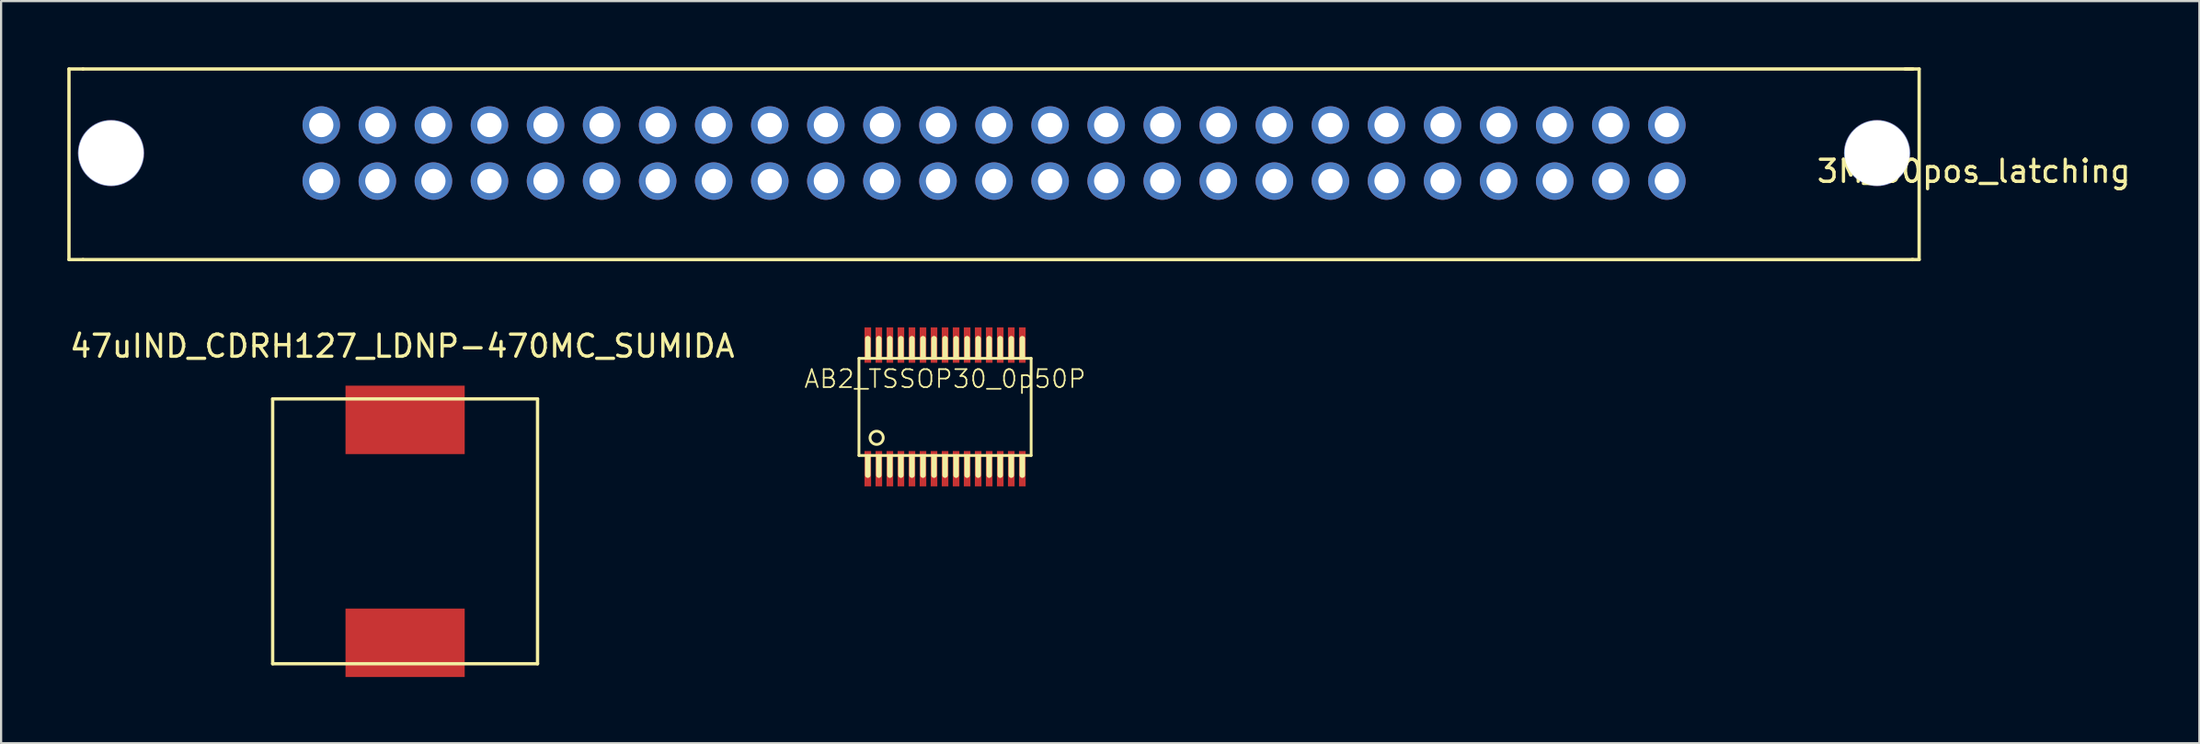
<source format=kicad_pcb>
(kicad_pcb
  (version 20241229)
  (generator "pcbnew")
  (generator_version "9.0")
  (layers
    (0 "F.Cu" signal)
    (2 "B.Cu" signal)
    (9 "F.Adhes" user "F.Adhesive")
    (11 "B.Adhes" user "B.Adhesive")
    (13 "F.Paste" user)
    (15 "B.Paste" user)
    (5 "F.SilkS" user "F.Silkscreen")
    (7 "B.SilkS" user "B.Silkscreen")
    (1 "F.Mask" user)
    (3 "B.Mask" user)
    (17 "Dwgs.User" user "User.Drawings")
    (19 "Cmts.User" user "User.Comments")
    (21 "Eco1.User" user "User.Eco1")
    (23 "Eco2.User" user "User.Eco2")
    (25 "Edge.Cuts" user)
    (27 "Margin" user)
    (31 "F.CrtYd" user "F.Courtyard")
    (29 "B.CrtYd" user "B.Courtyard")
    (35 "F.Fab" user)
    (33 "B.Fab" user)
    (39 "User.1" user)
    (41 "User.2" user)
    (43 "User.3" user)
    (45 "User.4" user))
  (footprint "47uIND_CDRH127_LDNP-470MC_SUMIDA"
    (layer "F.Cu")
    (at 15.303 21.024)
    (property "Reference" "47uIND_CDRH127_LDNP-470MC_SUMIDA" (at -0.13 -8.39 0) (layer "F.SilkS") (effects (font (size 1 1) (thickness 0.15))))
    (attr through_hole)
    (fp_line (start -6 -6) (end -6 6) (stroke (width 0.15) (type solid)) (layer "F.SilkS"))
    (fp_line (start -6 -6) (end 6 -6) (stroke (width 0.15) (type solid)) (layer "F.SilkS"))
    (fp_line (start -6 6) (end 6 6) (stroke (width 0.15) (type solid)) (layer "F.SilkS"))
    (fp_line (start 6 -6) (end 6 6) (stroke (width 0.15) (type solid)) (layer "F.SilkS"))
    (pad "1" smd rect (at 0 -5.05) (size 5.4 3.1) (layers "F.Cu" "F.Mask" "F.Paste"))
    (pad "2" smd rect (at 0 5.05) (size 5.4 3.1) (layers "F.Cu" "F.Mask" "F.Paste")))
  (footprint "3M_50pos_latching"
    (layer "F.Cu")
    (at 11.505 2.615)
    (property "Reference" "3M_50pos_latching" (at 74.867 2.095 0) (layer "F.SilkS") (effects (font (size 1 1) (thickness 0.15))))
    (attr through_hole)
    (fp_line (start -11.43 -2.54) (end -11.43 6.096) (stroke (width 0.15) (type solid)) (layer "F.SilkS"))
    (fp_line (start -11.43 -2.54) (end -10.795 -2.54) (stroke (width 0.15) (type solid)) (layer "F.SilkS"))
    (fp_line (start -10.795 -2.54) (end 72.105 -2.54) (stroke (width 0.15) (type solid)) (layer "F.SilkS"))
    (fp_line (start -10.795 6.096) (end -11.43 6.096) (stroke (width 0.15) (type solid)) (layer "F.SilkS"))
    (fp_line (start -10.795 6.096) (end 72.105 6.096) (stroke (width 0.15) (type solid)) (layer "F.SilkS"))
    (fp_line (start 71.755 -2.54) (end 72.39 -2.54) (stroke (width 0.15) (type solid)) (layer "F.SilkS"))
    (fp_line (start 72.073 6.096) (end 72.39 6.096) (stroke (width 0.15) (type solid)) (layer "F.SilkS"))
    (fp_line (start 72.39 -2.54) (end 72.39 6.096) (stroke (width 0.15) (type solid)) (layer "F.SilkS"))
    (pad "" np_thru_hole circle (at -9.525 1.27) (size 3 3) (drill 2.95) (layers "*.Cu" "*.Mask"))
    (pad "" np_thru_hole circle (at 70.485 1.27) (size 3 3) (drill 2.95) (layers "*.Cu" "*.Mask"))
    (pad "1" thru_hole circle (at 0 0) (size 1.7 1.7) (drill 1.1) (layers "*.Cu" "*.Mask"))
    (pad "2" thru_hole circle (at 0 2.54) (size 1.7 1.7) (drill 1.1) (layers "*.Cu" "*.Mask"))
    (pad "3" thru_hole circle (at 2.54 0) (size 1.7 1.7) (drill 1.1) (layers "*.Cu" "*.Mask"))
    (pad "4" thru_hole circle (at 2.54 2.54) (size 1.7 1.7) (drill 1.1) (layers "*.Cu" "*.Mask"))
    (pad "5" thru_hole circle (at 5.08 0) (size 1.7 1.7) (drill 1.1) (layers "*.Cu" "*.Mask"))
    (pad "6" thru_hole circle (at 5.08 2.54) (size 1.7 1.7) (drill 1.1) (layers "*.Cu" "*.Mask"))
    (pad "7" thru_hole circle (at 7.62 0) (size 1.7 1.7) (drill 1.1) (layers "*.Cu" "*.Mask"))
    (pad "8" thru_hole circle (at 7.62 2.54) (size 1.7 1.7) (drill 1.1) (layers "*.Cu" "*.Mask"))
    (pad "9" thru_hole circle (at 10.16 0) (size 1.7 1.7) (drill 1.1) (layers "*.Cu" "*.Mask"))
    (pad "10" thru_hole circle (at 10.16 2.54) (size 1.7 1.7) (drill 1.1) (layers "*.Cu" "*.Mask"))
    (pad "11" thru_hole circle (at 12.7 0) (size 1.7 1.7) (drill 1.1) (layers "*.Cu" "*.Mask"))
    (pad "12" thru_hole circle (at 12.7 2.54) (size 1.7 1.7) (drill 1.1) (layers "*.Cu" "*.Mask"))
    (pad "13" thru_hole circle (at 15.24 0) (size 1.7 1.7) (drill 1.1) (layers "*.Cu" "*.Mask"))
    (pad "14" thru_hole circle (at 15.24 2.54) (size 1.7 1.7) (drill 1.1) (layers "*.Cu" "*.Mask"))
    (pad "15" thru_hole circle (at 17.78 0) (size 1.7 1.7) (drill 1.1) (layers "*.Cu" "*.Mask"))
    (pad "16" thru_hole circle (at 17.78 2.54) (size 1.7 1.7) (drill 1.1) (layers "*.Cu" "*.Mask"))
    (pad "17" thru_hole circle (at 20.32 0) (size 1.7 1.7) (drill 1.1) (layers "*.Cu" "*.Mask"))
    (pad "18" thru_hole circle (at 20.32 2.54) (size 1.7 1.7) (drill 1.1) (layers "*.Cu" "*.Mask"))
    (pad "19" thru_hole circle (at 22.86 0) (size 1.7 1.7) (drill 1.1) (layers "*.Cu" "*.Mask"))
    (pad "20" thru_hole circle (at 22.86 2.54) (size 1.7 1.7) (drill 1.1) (layers "*.Cu" "*.Mask"))
    (pad "21" thru_hole circle (at 25.4 0) (size 1.7 1.7) (drill 1.1) (layers "*.Cu" "*.Mask"))
    (pad "22" thru_hole circle (at 25.4 2.54) (size 1.7 1.7) (drill 1.1) (layers "*.Cu" "*.Mask"))
    (pad "23" thru_hole circle (at 27.94 0) (size 1.7 1.7) (drill 1.1) (layers "*.Cu" "*.Mask"))
    (pad "24" thru_hole circle (at 27.94 2.54) (size 1.7 1.7) (drill 1.1) (layers "*.Cu" "*.Mask"))
    (pad "25" thru_hole circle (at 30.48 0) (size 1.7 1.7) (drill 1.1) (layers "*.Cu" "*.Mask"))
    (pad "26" thru_hole circle (at 30.48 2.54) (size 1.7 1.7) (drill 1.1) (layers "*.Cu" "*.Mask"))
    (pad "27" thru_hole circle (at 33.02 0) (size 1.7 1.7) (drill 1.1) (layers "*.Cu" "*.Mask"))
    (pad "28" thru_hole circle (at 33.02 2.54) (size 1.7 1.7) (drill 1.1) (layers "*.Cu" "*.Mask"))
    (pad "29" thru_hole circle (at 35.56 0) (size 1.7 1.7) (drill 1.1) (layers "*.Cu" "*.Mask"))
    (pad "30" thru_hole circle (at 35.56 2.54) (size 1.7 1.7) (drill 1.1) (layers "*.Cu" "*.Mask"))
    (pad "31" thru_hole circle (at 38.1 0) (size 1.7 1.7) (drill 1.1) (layers "*.Cu" "*.Mask"))
    (pad "32" thru_hole circle (at 38.1 2.54) (size 1.7 1.7) (drill 1.1) (layers "*.Cu" "*.Mask"))
    (pad "33" thru_hole circle (at 40.64 0) (size 1.7 1.7) (drill 1.1) (layers "*.Cu" "*.Mask"))
    (pad "34" thru_hole circle (at 40.64 2.54) (size 1.7 1.7) (drill 1.1) (layers "*.Cu" "*.Mask"))
    (pad "35" thru_hole circle (at 43.18 0) (size 1.7 1.7) (drill 1.1) (layers "*.Cu" "*.Mask"))
    (pad "36" thru_hole circle (at 43.18 2.54) (size 1.7 1.7) (drill 1.1) (layers "*.Cu" "*.Mask"))
    (pad "37" thru_hole circle (at 45.72 0) (size 1.7 1.7) (drill 1.1) (layers "*.Cu" "*.Mask"))
    (pad "38" thru_hole circle (at 45.72 2.54) (size 1.7 1.7) (drill 1.1) (layers "*.Cu" "*.Mask"))
    (pad "39" thru_hole circle (at 48.26 0) (size 1.7 1.7) (drill 1.1) (layers "*.Cu" "*.Mask"))
    (pad "40" thru_hole circle (at 48.26 2.54) (size 1.7 1.7) (drill 1.1) (layers "*.Cu" "*.Mask"))
    (pad "41" thru_hole circle (at 50.8 0) (size 1.7 1.7) (drill 1.1) (layers "*.Cu" "*.Mask"))
    (pad "42" thru_hole circle (at 50.8 2.54) (size 1.7 1.7) (drill 1.1) (layers "*.Cu" "*.Mask"))
    (pad "43" thru_hole circle (at 53.34 0) (size 1.7 1.7) (drill 1.1) (layers "*.Cu" "*.Mask"))
    (pad "44" thru_hole circle (at 53.34 2.54) (size 1.7 1.7) (drill 1.1) (layers "*.Cu" "*.Mask"))
    (pad "45" thru_hole circle (at 55.88 0) (size 1.7 1.7) (drill 1.1) (layers "*.Cu" "*.Mask"))
    (pad "46" thru_hole circle (at 55.88 2.54) (size 1.7 1.7) (drill 1.1) (layers "*.Cu" "*.Mask"))
    (pad "47" thru_hole circle (at 58.42 0) (size 1.7 1.7) (drill 1.1) (layers "*.Cu" "*.Mask"))
    (pad "48" thru_hole circle (at 58.42 2.54) (size 1.7 1.7) (drill 1.1) (layers "*.Cu" "*.Mask"))
    (pad "49" thru_hole circle (at 60.96 0) (size 1.7 1.7) (drill 1.1) (layers "*.Cu" "*.Mask"))
    (pad "50" thru_hole circle (at 60.96 2.54) (size 1.7 1.7) (drill 1.1) (layers "*.Cu" "*.Mask")))
  (footprint "AB2_TSSOP30_0p50P"
    (layer "F.Cu")
    (at 39.765 15.386)
    (property "Reference" "AB2_TSSOP30_0p50P" (at 0 -1.27 0) (layer "F.SilkS") (effects (font (size 0.813 0.813) (thickness 0.076))))
    (attr through_hole)
    (fp_line (start -3.9 -2.2) (end -3.9 2.2) (stroke (width 0.127) (type solid)) (layer "F.SilkS"))
    (fp_line (start -3.9 -2.2) (end 3.9 -2.2) (stroke (width 0.127) (type solid)) (layer "F.SilkS"))
    (fp_line (start -3.9 2.2) (end 3.9 2.2) (stroke (width 0.127) (type solid)) (layer "F.SilkS"))
    (fp_line (start -3.5 -2.27) (end -3.5 -3.09) (stroke (width 0.25) (type solid)) (layer "F.SilkS"))
    (fp_line (start -3.5 2.27) (end -3.5 3.09) (stroke (width 0.25) (type solid)) (layer "F.SilkS"))
    (fp_line (start -3 -2.27) (end -3 -3.09) (stroke (width 0.25) (type solid)) (layer "F.SilkS"))
    (fp_line (start -3 2.27) (end -3 3.09) (stroke (width 0.25) (type solid)) (layer "F.SilkS"))
    (fp_line (start -2.5 -2.27) (end -2.5 -3.09) (stroke (width 0.25) (type solid)) (layer "F.SilkS"))
    (fp_line (start -2.5 2.27) (end -2.5 3.09) (stroke (width 0.25) (type solid)) (layer "F.SilkS"))
    (fp_line (start -2 -2.27) (end -2 -3.09) (stroke (width 0.25) (type solid)) (layer "F.SilkS"))
    (fp_line (start -2 2.27) (end -2 3.09) (stroke (width 0.25) (type solid)) (layer "F.SilkS"))
    (fp_line (start -1.5 -2.27) (end -1.5 -3.09) (stroke (width 0.25) (type solid)) (layer "F.SilkS"))
    (fp_line (start -1.5 2.27) (end -1.5 3.09) (stroke (width 0.25) (type solid)) (layer "F.SilkS"))
    (fp_line (start -1 -2.27) (end -1 -3.09) (stroke (width 0.25) (type solid)) (layer "F.SilkS"))
    (fp_line (start -1 2.27) (end -1 3.09) (stroke (width 0.25) (type solid)) (layer "F.SilkS"))
    (fp_line (start -0.5 -2.27) (end -0.5 -3.09) (stroke (width 0.25) (type solid)) (layer "F.SilkS"))
    (fp_line (start -0.5 2.27) (end -0.5 3.09) (stroke (width 0.25) (type solid)) (layer "F.SilkS"))
    (fp_line (start 0 -2.27) (end 0 -3.09) (stroke (width 0.25) (type solid)) (layer "F.SilkS"))
    (fp_line (start 0 2.27) (end 0 3.09) (stroke (width 0.25) (type solid)) (layer "F.SilkS"))
    (fp_line (start 0.5 -2.27) (end 0.5 -3.09) (stroke (width 0.25) (type solid)) (layer "F.SilkS"))
    (fp_line (start 0.5 2.27) (end 0.5 3.09) (stroke (width 0.25) (type solid)) (layer "F.SilkS"))
    (fp_line (start 1 -2.27) (end 1 -3.09) (stroke (width 0.25) (type solid)) (layer "F.SilkS"))
    (fp_line (start 1 2.27) (end 1 3.09) (stroke (width 0.25) (type solid)) (layer "F.SilkS"))
    (fp_line (start 1.5 -2.27) (end 1.5 -3.09) (stroke (width 0.25) (type solid)) (layer "F.SilkS"))
    (fp_line (start 1.5 2.27) (end 1.5 3.09) (stroke (width 0.25) (type solid)) (layer "F.SilkS"))
    (fp_line (start 2 -2.27) (end 2 -3.09) (stroke (width 0.25) (type solid)) (layer "F.SilkS"))
    (fp_line (start 2 2.27) (end 2 3.09) (stroke (width 0.25) (type solid)) (layer "F.SilkS"))
    (fp_line (start 2.5 -2.27) (end 2.5 -3.09) (stroke (width 0.25) (type solid)) (layer "F.SilkS"))
    (fp_line (start 2.5 2.27) (end 2.5 3.09) (stroke (width 0.25) (type solid)) (layer "F.SilkS"))
    (fp_line (start 3 -2.27) (end 3 -3.09) (stroke (width 0.25) (type solid)) (layer "F.SilkS"))
    (fp_line (start 3 2.27) (end 3 3.09) (stroke (width 0.25) (type solid)) (layer "F.SilkS"))
    (fp_line (start 3.5 -2.27) (end 3.5 -3.09) (stroke (width 0.25) (type solid)) (layer "F.SilkS"))
    (fp_line (start 3.5 2.27) (end 3.5 3.09) (stroke (width 0.25) (type solid)) (layer "F.SilkS"))
    (fp_line (start 3.9 -2.2) (end 3.9 2.2) (stroke (width 0.127) (type solid)) (layer "F.SilkS"))
    (fp_circle (center -3.1 1.4) (end -3.1 1.1) (stroke (width 0.127) (type solid)) (fill no) (layer "F.SilkS"))
    (pad "1" smd rect (at -3.5 2.8) (size 0.3 1.6) (layers "F.Cu" "F.Mask" "F.Paste"))
    (pad "2" smd rect (at -3 2.8) (size 0.3 1.6) (layers "F.Cu" "F.Mask" "F.Paste"))
    (pad "3" smd rect (at -2.5 2.8) (size 0.3 1.6) (layers "F.Cu" "F.Mask" "F.Paste"))
    (pad "4" smd rect (at -2 2.8) (size 0.3 1.6) (layers "F.Cu" "F.Mask" "F.Paste"))
    (pad "5" smd rect (at -1.5 2.8) (size 0.3 1.6) (layers "F.Cu" "F.Mask" "F.Paste"))
    (pad "6" smd rect (at -1 2.8) (size 0.3 1.6) (layers "F.Cu" "F.Mask" "F.Paste"))
    (pad "7" smd rect (at -0.5 2.8) (size 0.3 1.6) (layers "F.Cu" "F.Mask" "F.Paste"))
    (pad "8" smd rect (at 0 2.8) (size 0.3 1.6) (layers "F.Cu" "F.Mask" "F.Paste"))
    (pad "9" smd rect (at 0.5 2.8) (size 0.3 1.6) (layers "F.Cu" "F.Mask" "F.Paste"))
    (pad "10" smd rect (at 1 2.8) (size 0.3 1.6) (layers "F.Cu" "F.Mask" "F.Paste"))
    (pad "11" smd rect (at 1.5 2.8) (size 0.3 1.6) (layers "F.Cu" "F.Mask" "F.Paste"))
    (pad "12" smd rect (at 2 2.8) (size 0.3 1.6) (layers "F.Cu" "F.Mask" "F.Paste"))
    (pad "13" smd rect (at 2.5 2.8) (size 0.3 1.6) (layers "F.Cu" "F.Mask" "F.Paste"))
    (pad "14" smd rect (at 3 2.8) (size 0.3 1.6) (layers "F.Cu" "F.Mask" "F.Paste"))
    (pad "15" smd rect (at 3.5 2.8) (size 0.3 1.6) (layers "F.Cu" "F.Mask" "F.Paste"))
    (pad "16" smd rect (at 3.5 -2.8) (size 0.3 1.6) (layers "F.Cu" "F.Mask" "F.Paste"))
    (pad "17" smd rect (at 3 -2.8) (size 0.3 1.6) (layers "F.Cu" "F.Mask" "F.Paste"))
    (pad "18" smd rect (at 2.5 -2.8) (size 0.3 1.6) (layers "F.Cu" "F.Mask" "F.Paste"))
    (pad "19" smd rect (at 2 -2.8) (size 0.3 1.6) (layers "F.Cu" "F.Mask" "F.Paste"))
    (pad "20" smd rect (at 1.5 -2.8) (size 0.3 1.6) (layers "F.Cu" "F.Mask" "F.Paste"))
    (pad "21" smd rect (at 1 -2.8) (size 0.3 1.6) (layers "F.Cu" "F.Mask" "F.Paste"))
    (pad "22" smd rect (at 0.5 -2.8) (size 0.3 1.6) (layers "F.Cu" "F.Mask" "F.Paste"))
    (pad "23" smd rect (at 0 -2.8) (size 0.3 1.6) (layers "F.Cu" "F.Mask" "F.Paste"))
    (pad "24" smd rect (at -0.5 -2.8) (size 0.3 1.6) (layers "F.Cu" "F.Mask" "F.Paste"))
    (pad "25" smd rect (at -1 -2.8) (size 0.3 1.6) (layers "F.Cu" "F.Mask" "F.Paste"))
    (pad "26" smd rect (at -1.5 -2.8) (size 0.3 1.6) (layers "F.Cu" "F.Mask" "F.Paste"))
    (pad "27" smd rect (at -2 -2.8) (size 0.3 1.6) (layers "F.Cu" "F.Mask" "F.Paste"))
    (pad "28" smd rect (at -2.5 -2.8) (size 0.3 1.6) (layers "F.Cu" "F.Mask" "F.Paste"))
    (pad "29" smd rect (at -3 -2.8) (size 0.3 1.6) (layers "F.Cu" "F.Mask" "F.Paste"))
    (pad "30" smd rect (at -3.5 -2.8) (size 0.3 1.6) (layers "F.Cu" "F.Mask" "F.Paste")))
  (gr_rect
    (start -3 -3)
    (end 96.592 30.624)
    (stroke (width 0.1) (type default))
    (fill no)
    (layer "Edge.Cuts")))
</source>
